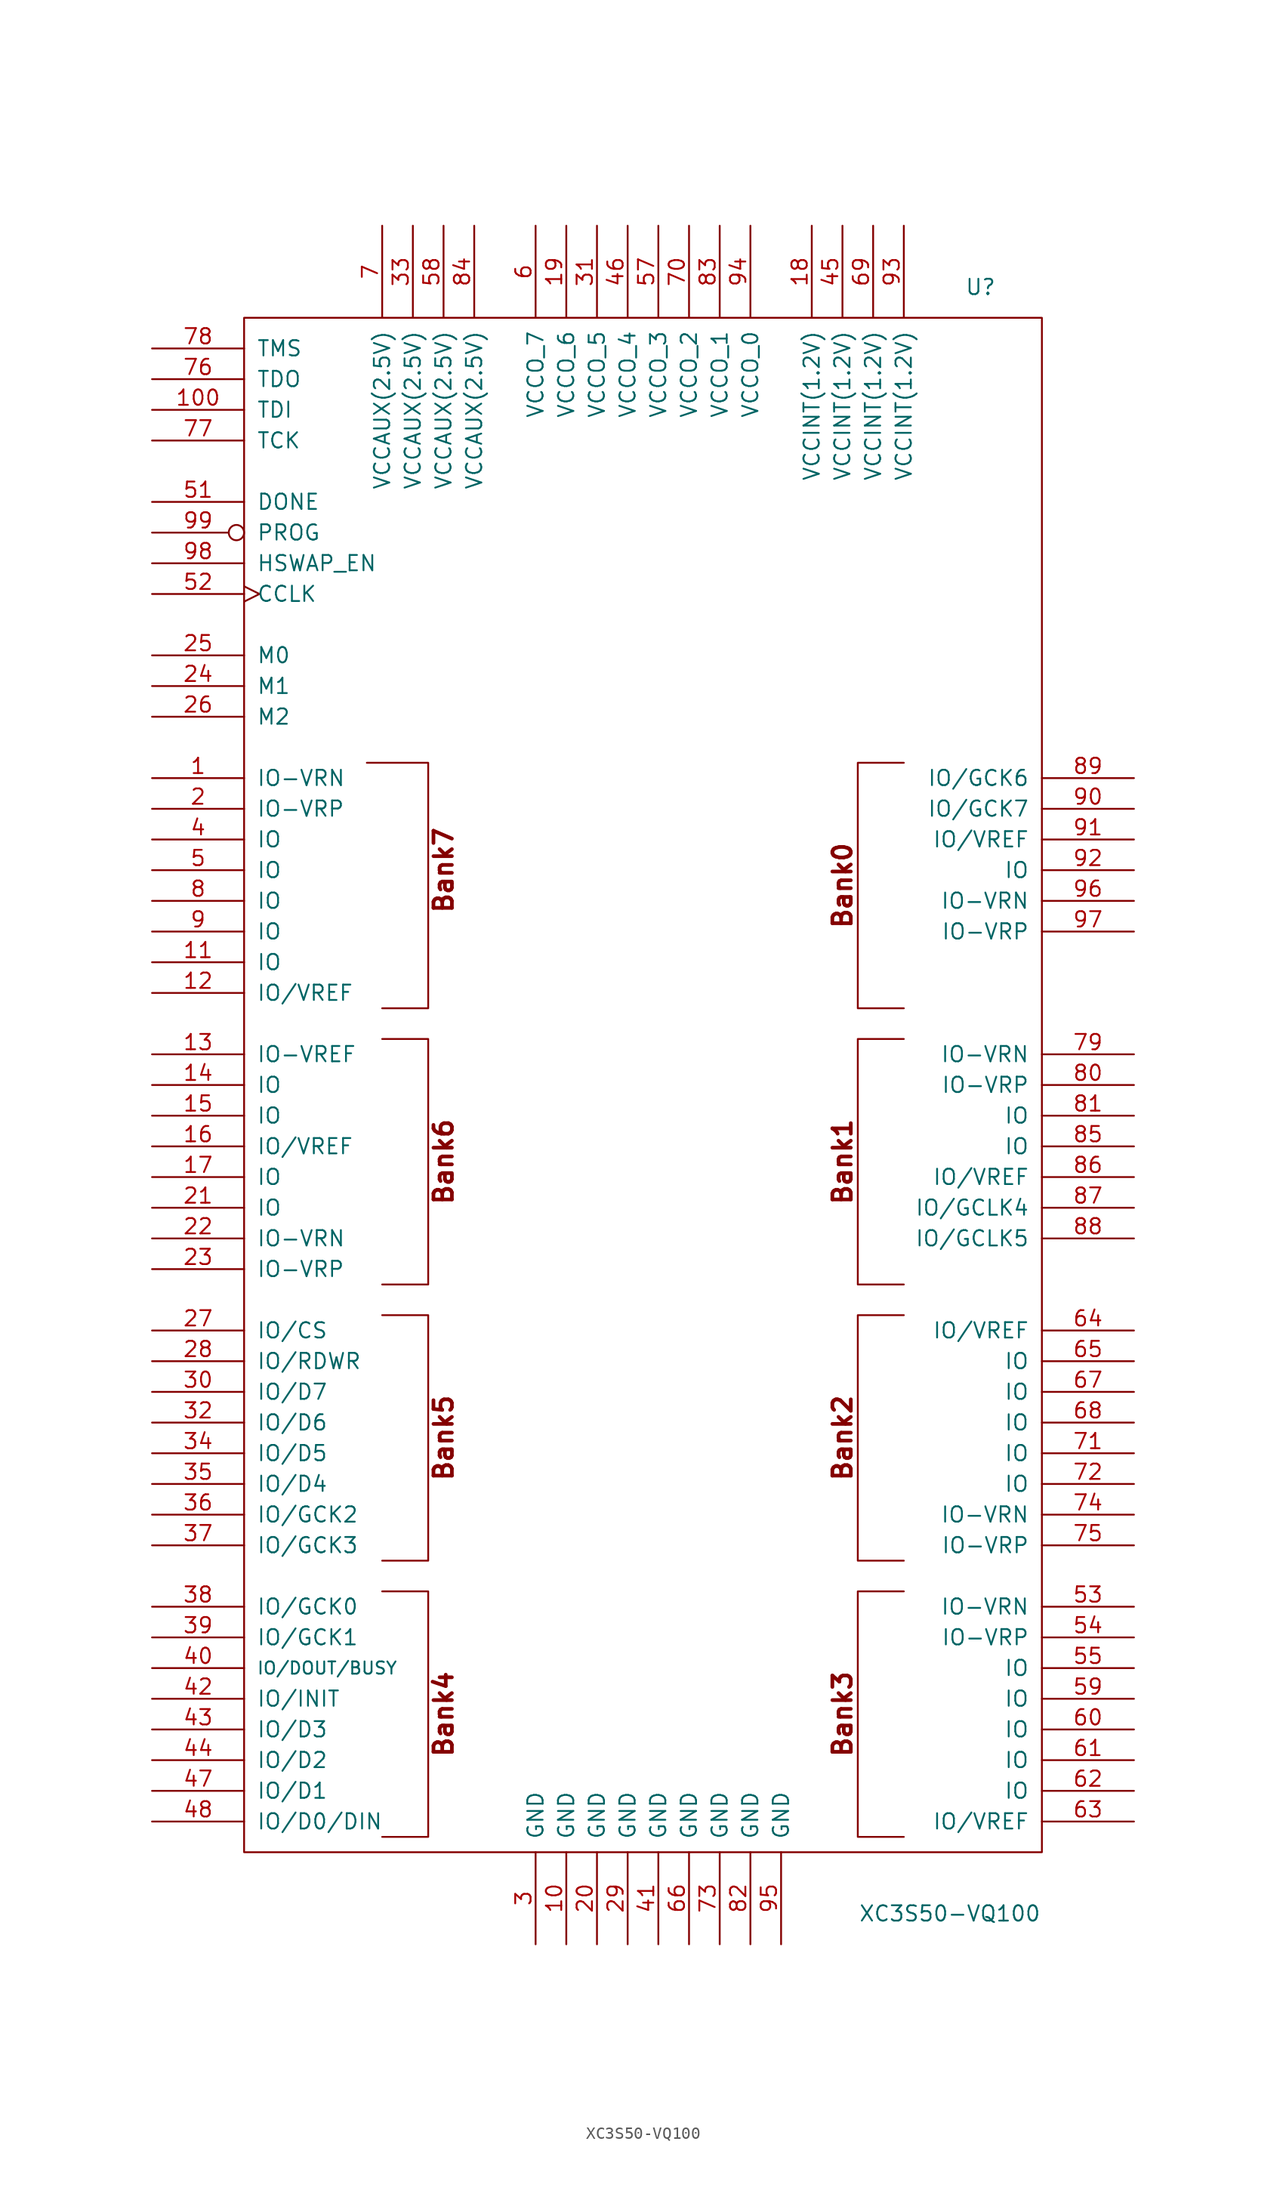
<source format=kicad_sym>
(kicad_symbol_lib
  (version 20211014)
  (generator kicad_symbol_editor)
  (symbol "XC3S50-VQ100"
    (pin_names
      (offset 1.016))
    (property "Reference" "U"
      (at 26.67 66.04 0)
      (effects (font (size 1.27 1.27))))
    (property "Value" "XC3S50-VQ100"
      (at 24.13 -68.58 0)
      (effects (font (size 1.27 1.27))))
    (symbol "XC3S50-VQ100_0_0"
      (rectangle (start -34.29 63.5) (end 31.75 -63.5) (stroke (width 0) (type default) (color 0 0 0 0)) (fill (type none)))
      (text "Bank0" (at 15.24 16.51 900) (effects (font (size 1.524 1.524) bold)))
      (text "Bank1" (at 15.24 -6.35 900) (effects (font (size 1.524 1.524) bold)))
      (text "Bank2" (at 15.24 -29.21 900) (effects (font (size 1.524 1.524) bold)))
      (text "Bank3" (at 15.24 -52.07 900) (effects (font (size 1.524 1.524) bold)))
      (text "Bank4" (at -17.78 -52.07 900) (effects (font (size 1.524 1.524) bold)))
      (text "Bank5" (at -17.78 -29.21 900) (effects (font (size 1.524 1.524) bold)))
      (text "Bank6" (at -17.78 -6.35 900) (effects (font (size 1.524 1.524) bold)))
      (text "Bank7" (at -17.78 17.78 900) (effects (font (size 1.524 1.524) bold))))
    (symbol "XC3S50-VQ100_0_1"
      (polyline (pts (xy -24.13 26.67) (xy -19.05 26.67) (xy -19.05 6.35) (xy -22.86 6.35) (xy -22.86 6.35)) (stroke (width 0) (type default) (color 0 0 0 0)) (fill (type none)))
      (polyline (pts (xy -22.86 -41.91) (xy -19.05 -41.91) (xy -19.05 -62.23) (xy -22.86 -62.23) (xy -22.86 -62.23)) (stroke (width 0) (type default) (color 0 0 0 0)) (fill (type none)))
      (polyline (pts (xy -22.86 -19.05) (xy -19.05 -19.05) (xy -19.05 -39.37) (xy -22.86 -39.37) (xy -22.86 -39.37)) (stroke (width 0) (type default) (color 0 0 0 0)) (fill (type none)))
      (polyline (pts (xy -22.86 3.81) (xy -19.05 3.81) (xy -19.05 -16.51) (xy -22.86 -16.51) (xy -22.86 -16.51)) (stroke (width 0) (type default) (color 0 0 0 0)) (fill (type none)))
      (polyline (pts (xy 20.32 -41.91) (xy 16.51 -41.91) (xy 16.51 -62.23) (xy 20.32 -62.23) (xy 20.32 -62.23)) (stroke (width 0) (type default) (color 0 0 0 0)) (fill (type none)))
      (polyline (pts (xy 20.32 -19.05) (xy 16.51 -19.05) (xy 16.51 -39.37) (xy 20.32 -39.37) (xy 20.32 -39.37)) (stroke (width 0) (type default) (color 0 0 0 0)) (fill (type none)))
      (polyline (pts (xy 20.32 3.81) (xy 16.51 3.81) (xy 16.51 -16.51) (xy 20.32 -16.51) (xy 20.32 -16.51)) (stroke (width 0) (type default) (color 0 0 0 0)) (fill (type none)))
      (polyline (pts (xy 20.32 26.67) (xy 16.51 26.67) (xy 16.51 6.35) (xy 20.32 6.35) (xy 20.32 6.35)) (stroke (width 0) (type default) (color 0 0 0 0)) (fill (type none))))
    (symbol "XC3S50-VQ100_1_1"
      (pin bidirectional line (at -41.91 25.4 0) (length 7.62) (name "IO-VRN" (effects (font (size 1.27 1.27)))) (number "1" (effects (font (size 1.27 1.27)))))
      (pin power_in line (at -7.62 -71.12 90) (length 7.62) (name "GND" (effects (font (size 1.27 1.27)))) (number "10" (effects (font (size 1.27 1.27)))))
      (pin input line (at -41.91 55.88 0) (length 7.62) (name "TDI" (effects (font (size 1.27 1.27)))) (number "100" (effects (font (size 1.27 1.27)))))
      (pin bidirectional line (at -41.91 10.16 0) (length 7.62) (name "IO" (effects (font (size 1.27 1.27)))) (number "11" (effects (font (size 1.27 1.27)))))
      (pin bidirectional line (at -41.91 7.62 0) (length 7.62) (name "IO/VREF" (effects (font (size 1.27 1.27)))) (number "12" (effects (font (size 1.27 1.27)))))
      (pin input line (at -41.91 2.54 0) (length 7.62) (name "IO-VREF" (effects (font (size 1.27 1.27)))) (number "13" (effects (font (size 1.27 1.27)))))
      (pin bidirectional line (at -41.91 0 0) (length 7.62) (name "IO" (effects (font (size 1.27 1.27)))) (number "14" (effects (font (size 1.27 1.27)))))
      (pin bidirectional line (at -41.91 -2.54 0) (length 7.62) (name "IO" (effects (font (size 1.27 1.27)))) (number "15" (effects (font (size 1.27 1.27)))))
      (pin bidirectional line (at -41.91 -5.08 0) (length 7.62) (name "IO/VREF" (effects (font (size 1.27 1.27)))) (number "16" (effects (font (size 1.27 1.27)))))
      (pin bidirectional line (at -41.91 -7.62 0) (length 7.62) (name "IO" (effects (font (size 1.27 1.27)))) (number "17" (effects (font (size 1.27 1.27)))))
      (pin power_in line (at 12.7 71.12 270) (length 7.62) (name "VCCINT(1.2V)" (effects (font (size 1.27 1.27)))) (number "18" (effects (font (size 1.27 1.27)))))
      (pin power_in line (at -7.62 71.12 270) (length 7.62) (name "VCCO_6" (effects (font (size 1.27 1.27)))) (number "19" (effects (font (size 1.27 1.27)))))
      (pin bidirectional line (at -41.91 22.86 0) (length 7.62) (name "IO-VRP" (effects (font (size 1.27 1.27)))) (number "2" (effects (font (size 1.27 1.27)))))
      (pin power_in line (at -5.08 -71.12 90) (length 7.62) (name "GND" (effects (font (size 1.27 1.27)))) (number "20" (effects (font (size 1.27 1.27)))))
      (pin bidirectional line (at -41.91 -10.16 0) (length 7.62) (name "IO" (effects (font (size 1.27 1.27)))) (number "21" (effects (font (size 1.27 1.27)))))
      (pin bidirectional line (at -41.91 -12.7 0) (length 7.62) (name "IO-VRN" (effects (font (size 1.27 1.27)))) (number "22" (effects (font (size 1.27 1.27)))))
      (pin bidirectional line (at -41.91 -15.24 0) (length 7.62) (name "IO-VRP" (effects (font (size 1.27 1.27)))) (number "23" (effects (font (size 1.27 1.27)))))
      (pin input line (at -41.91 33.02 0) (length 7.62) (name "M1" (effects (font (size 1.27 1.27)))) (number "24" (effects (font (size 1.27 1.27)))))
      (pin input line (at -41.91 35.56 0) (length 7.62) (name "M0" (effects (font (size 1.27 1.27)))) (number "25" (effects (font (size 1.27 1.27)))))
      (pin input line (at -41.91 30.48 0) (length 7.62) (name "M2" (effects (font (size 1.27 1.27)))) (number "26" (effects (font (size 1.27 1.27)))))
      (pin bidirectional line (at -41.91 -20.32 0) (length 7.62) (name "IO/CS" (effects (font (size 1.27 1.27)))) (number "27" (effects (font (size 1.27 1.27)))))
      (pin bidirectional line (at -41.91 -22.86 0) (length 7.62) (name "IO/RDWR" (effects (font (size 1.27 1.27)))) (number "28" (effects (font (size 1.27 1.27)))))
      (pin power_in line (at -2.54 -71.12 90) (length 7.62) (name "GND" (effects (font (size 1.27 1.27)))) (number "29" (effects (font (size 1.27 1.27)))))
      (pin power_in line (at -10.16 -71.12 90) (length 7.62) (name "GND" (effects (font (size 1.27 1.27)))) (number "3" (effects (font (size 1.27 1.27)))))
      (pin bidirectional line (at -41.91 -25.4 0) (length 7.62) (name "IO/D7" (effects (font (size 1.27 1.27)))) (number "30" (effects (font (size 1.27 1.27)))))
      (pin power_in line (at -5.08 71.12 270) (length 7.62) (name "VCCO_5" (effects (font (size 1.27 1.27)))) (number "31" (effects (font (size 1.27 1.27)))))
      (pin bidirectional line (at -41.91 -27.94 0) (length 7.62) (name "IO/D6" (effects (font (size 1.27 1.27)))) (number "32" (effects (font (size 1.27 1.27)))))
      (pin power_in line (at -20.32 71.12 270) (length 7.62) (name "VCCAUX(2.5V)" (effects (font (size 1.27 1.27)))) (number "33" (effects (font (size 1.27 1.27)))))
      (pin bidirectional line (at -41.91 -30.48 0) (length 7.62) (name "IO/D5" (effects (font (size 1.27 1.27)))) (number "34" (effects (font (size 1.27 1.27)))))
      (pin bidirectional line (at -41.91 -33.02 0) (length 7.62) (name "IO/D4" (effects (font (size 1.27 1.27)))) (number "35" (effects (font (size 1.27 1.27)))))
      (pin bidirectional line (at -41.91 -35.56 0) (length 7.62) (name "IO/GCK2" (effects (font (size 1.27 1.27)))) (number "36" (effects (font (size 1.27 1.27)))))
      (pin bidirectional line (at -41.91 -38.1 0) (length 7.62) (name "IO/GCK3" (effects (font (size 1.27 1.27)))) (number "37" (effects (font (size 1.27 1.27)))))
      (pin bidirectional line (at -41.91 -43.18 0) (length 7.62) (name "IO/GCK0" (effects (font (size 1.27 1.27)))) (number "38" (effects (font (size 1.27 1.27)))))
      (pin bidirectional line (at -41.91 -45.72 0) (length 7.62) (name "IO/GCK1" (effects (font (size 1.27 1.27)))) (number "39" (effects (font (size 1.27 1.27)))))
      (pin bidirectional line (at -41.91 20.32 0) (length 7.62) (name "IO" (effects (font (size 1.27 1.27)))) (number "4" (effects (font (size 1.27 1.27)))))
      (pin bidirectional line (at -41.91 -48.26 0) (length 7.62) (name "IO/DOUT/BUSY" (effects (font (size 1.016 1.016)))) (number "40" (effects (font (size 1.27 1.27)))))
      (pin power_in line (at 0 -71.12 90) (length 7.62) (name "GND" (effects (font (size 1.27 1.27)))) (number "41" (effects (font (size 1.27 1.27)))))
      (pin bidirectional line (at -41.91 -50.8 0) (length 7.62) (name "IO/INIT" (effects (font (size 1.27 1.27)))) (number "42" (effects (font (size 1.27 1.27)))))
      (pin bidirectional line (at -41.91 -53.34 0) (length 7.62) (name "IO/D3" (effects (font (size 1.27 1.27)))) (number "43" (effects (font (size 1.27 1.27)))))
      (pin bidirectional line (at -41.91 -55.88 0) (length 7.62) (name "IO/D2" (effects (font (size 1.27 1.27)))) (number "44" (effects (font (size 1.27 1.27)))))
      (pin power_in line (at 15.24 71.12 270) (length 7.62) (name "VCCINT(1.2V)" (effects (font (size 1.27 1.27)))) (number "45" (effects (font (size 1.27 1.27)))))
      (pin power_in line (at -2.54 71.12 270) (length 7.62) (name "VCCO_4" (effects (font (size 1.27 1.27)))) (number "46" (effects (font (size 1.27 1.27)))))
      (pin bidirectional line (at -41.91 -58.42 0) (length 7.62) (name "IO/D1" (effects (font (size 1.27 1.27)))) (number "47" (effects (font (size 1.27 1.27)))))
      (pin bidirectional line (at -41.91 -60.96 0) (length 7.62) (name "IO/D0/DIN" (effects (font (size 1.27 1.27)))) (number "48" (effects (font (size 1.27 1.27)))))
      (pin bidirectional line (at -41.91 17.78 0) (length 7.62) (name "IO" (effects (font (size 1.27 1.27)))) (number "5" (effects (font (size 1.27 1.27)))))
      (pin open_collector line (at -41.91 48.26 0) (length 7.62) (name "DONE" (effects (font (size 1.27 1.27)))) (number "51" (effects (font (size 1.27 1.27)))))
      (pin input clock (at -41.91 40.64 0) (length 7.62) (name "CCLK" (effects (font (size 1.27 1.27)))) (number "52" (effects (font (size 1.27 1.27)))))
      (pin bidirectional line (at 39.37 -43.18 180) (length 7.62) (name "IO-VRN" (effects (font (size 1.27 1.27)))) (number "53" (effects (font (size 1.27 1.27)))))
      (pin bidirectional line (at 39.37 -45.72 180) (length 7.62) (name "IO-VRP" (effects (font (size 1.27 1.27)))) (number "54" (effects (font (size 1.27 1.27)))))
      (pin bidirectional line (at 39.37 -48.26 180) (length 7.62) (name "IO" (effects (font (size 1.27 1.27)))) (number "55" (effects (font (size 1.27 1.27)))))
      (pin power_in line (at 0 71.12 270) (length 7.62) (name "VCCO_3" (effects (font (size 1.27 1.27)))) (number "57" (effects (font (size 1.27 1.27)))))
      (pin power_in line (at -17.78 71.12 270) (length 7.62) (name "VCCAUX(2.5V)" (effects (font (size 1.27 1.27)))) (number "58" (effects (font (size 1.27 1.27)))))
      (pin bidirectional line (at 39.37 -50.8 180) (length 7.62) (name "IO" (effects (font (size 1.27 1.27)))) (number "59" (effects (font (size 1.27 1.27)))))
      (pin power_in line (at -10.16 71.12 270) (length 7.62) (name "VCCO_7" (effects (font (size 1.27 1.27)))) (number "6" (effects (font (size 1.27 1.27)))))
      (pin bidirectional line (at 39.37 -53.34 180) (length 7.62) (name "IO" (effects (font (size 1.27 1.27)))) (number "60" (effects (font (size 1.27 1.27)))))
      (pin bidirectional line (at 39.37 -55.88 180) (length 7.62) (name "IO" (effects (font (size 1.27 1.27)))) (number "61" (effects (font (size 1.27 1.27)))))
      (pin bidirectional line (at 39.37 -58.42 180) (length 7.62) (name "IO" (effects (font (size 1.27 1.27)))) (number "62" (effects (font (size 1.27 1.27)))))
      (pin bidirectional line (at 39.37 -60.96 180) (length 7.62) (name "IO/VREF" (effects (font (size 1.27 1.27)))) (number "63" (effects (font (size 1.27 1.27)))))
      (pin bidirectional line (at 39.37 -20.32 180) (length 7.62) (name "IO/VREF" (effects (font (size 1.27 1.27)))) (number "64" (effects (font (size 1.27 1.27)))))
      (pin bidirectional line (at 39.37 -22.86 180) (length 7.62) (name "IO" (effects (font (size 1.27 1.27)))) (number "65" (effects (font (size 1.27 1.27)))))
      (pin power_in line (at 2.54 -71.12 90) (length 7.62) (name "GND" (effects (font (size 1.27 1.27)))) (number "66" (effects (font (size 1.27 1.27)))))
      (pin bidirectional line (at 39.37 -25.4 180) (length 7.62) (name "IO" (effects (font (size 1.27 1.27)))) (number "67" (effects (font (size 1.27 1.27)))))
      (pin bidirectional line (at 39.37 -27.94 180) (length 7.62) (name "IO" (effects (font (size 1.27 1.27)))) (number "68" (effects (font (size 1.27 1.27)))))
      (pin power_in line (at 17.78 71.12 270) (length 7.62) (name "VCCINT(1.2V)" (effects (font (size 1.27 1.27)))) (number "69" (effects (font (size 1.27 1.27)))))
      (pin power_in line (at -22.86 71.12 270) (length 7.62) (name "VCCAUX(2.5V)" (effects (font (size 1.27 1.27)))) (number "7" (effects (font (size 1.27 1.27)))))
      (pin power_in line (at 2.54 71.12 270) (length 7.62) (name "VCCO_2" (effects (font (size 1.27 1.27)))) (number "70" (effects (font (size 1.27 1.27)))))
      (pin bidirectional line (at 39.37 -30.48 180) (length 7.62) (name "IO" (effects (font (size 1.27 1.27)))) (number "71" (effects (font (size 1.27 1.27)))))
      (pin bidirectional line (at 39.37 -33.02 180) (length 7.62) (name "IO" (effects (font (size 1.27 1.27)))) (number "72" (effects (font (size 1.27 1.27)))))
      (pin power_in line (at 5.08 -71.12 90) (length 7.62) (name "GND" (effects (font (size 1.27 1.27)))) (number "73" (effects (font (size 1.27 1.27)))))
      (pin bidirectional line (at 39.37 -35.56 180) (length 7.62) (name "IO-VRN" (effects (font (size 1.27 1.27)))) (number "74" (effects (font (size 1.27 1.27)))))
      (pin bidirectional line (at 39.37 -38.1 180) (length 7.62) (name "IO-VRP" (effects (font (size 1.27 1.27)))) (number "75" (effects (font (size 1.27 1.27)))))
      (pin output line (at -41.91 58.42 0) (length 7.62) (name "TDO" (effects (font (size 1.27 1.27)))) (number "76" (effects (font (size 1.27 1.27)))))
      (pin input line (at -41.91 53.34 0) (length 7.62) (name "TCK" (effects (font (size 1.27 1.27)))) (number "77" (effects (font (size 1.27 1.27)))))
      (pin input line (at -41.91 60.96 0) (length 7.62) (name "TMS" (effects (font (size 1.27 1.27)))) (number "78" (effects (font (size 1.27 1.27)))))
      (pin bidirectional line (at 39.37 2.54 180) (length 7.62) (name "IO-VRN" (effects (font (size 1.27 1.27)))) (number "79" (effects (font (size 1.27 1.27)))))
      (pin bidirectional line (at -41.91 15.24 0) (length 7.62) (name "IO" (effects (font (size 1.27 1.27)))) (number "8" (effects (font (size 1.27 1.27)))))
      (pin bidirectional line (at 39.37 0 180) (length 7.62) (name "IO-VRP" (effects (font (size 1.27 1.27)))) (number "80" (effects (font (size 1.27 1.27)))))
      (pin bidirectional line (at 39.37 -2.54 180) (length 7.62) (name "IO" (effects (font (size 1.27 1.27)))) (number "81" (effects (font (size 1.27 1.27)))))
      (pin power_in line (at 7.62 -71.12 90) (length 7.62) (name "GND" (effects (font (size 1.27 1.27)))) (number "82" (effects (font (size 1.27 1.27)))))
      (pin passive line (at 5.08 71.12 270) (length 7.62) (name "VCCO_1" (effects (font (size 1.27 1.27)))) (number "83" (effects (font (size 1.27 1.27)))))
      (pin power_in line (at -15.24 71.12 270) (length 7.62) (name "VCCAUX(2.5V)" (effects (font (size 1.27 1.27)))) (number "84" (effects (font (size 1.27 1.27)))))
      (pin bidirectional line (at 39.37 -5.08 180) (length 7.62) (name "IO" (effects (font (size 1.27 1.27)))) (number "85" (effects (font (size 1.27 1.27)))))
      (pin bidirectional line (at 39.37 -7.62 180) (length 7.62) (name "IO/VREF" (effects (font (size 1.27 1.27)))) (number "86" (effects (font (size 1.27 1.27)))))
      (pin bidirectional line (at 39.37 -10.16 180) (length 7.62) (name "IO/GCLK4" (effects (font (size 1.27 1.27)))) (number "87" (effects (font (size 1.27 1.27)))))
      (pin bidirectional line (at 39.37 -12.7 180) (length 7.62) (name "IO/GCLK5" (effects (font (size 1.27 1.27)))) (number "88" (effects (font (size 1.27 1.27)))))
      (pin bidirectional line (at 39.37 25.4 180) (length 7.62) (name "IO/GCK6" (effects (font (size 1.27 1.27)))) (number "89" (effects (font (size 1.27 1.27)))))
      (pin bidirectional line (at -41.91 12.7 0) (length 7.62) (name "IO" (effects (font (size 1.27 1.27)))) (number "9" (effects (font (size 1.27 1.27)))))
      (pin bidirectional line (at 39.37 22.86 180) (length 7.62) (name "IO/GCK7" (effects (font (size 1.27 1.27)))) (number "90" (effects (font (size 1.27 1.27)))))
      (pin bidirectional line (at 39.37 20.32 180) (length 7.62) (name "IO/VREF" (effects (font (size 1.27 1.27)))) (number "91" (effects (font (size 1.27 1.27)))))
      (pin bidirectional line (at 39.37 17.78 180) (length 7.62) (name "IO" (effects (font (size 1.27 1.27)))) (number "92" (effects (font (size 1.27 1.27)))))
      (pin power_in line (at 20.32 71.12 270) (length 7.62) (name "VCCINT(1.2V)" (effects (font (size 1.27 1.27)))) (number "93" (effects (font (size 1.27 1.27)))))
      (pin passive line (at 7.62 71.12 270) (length 7.62) (name "VCCO_0" (effects (font (size 1.27 1.27)))) (number "94" (effects (font (size 1.27 1.27)))))
      (pin power_in line (at 10.16 -71.12 90) (length 7.62) (name "GND" (effects (font (size 1.27 1.27)))) (number "95" (effects (font (size 1.27 1.27)))))
      (pin bidirectional line (at 39.37 15.24 180) (length 7.62) (name "IO-VRN" (effects (font (size 1.27 1.27)))) (number "96" (effects (font (size 1.27 1.27)))))
      (pin bidirectional line (at 39.37 12.7 180) (length 7.62) (name "IO-VRP" (effects (font (size 1.27 1.27)))) (number "97" (effects (font (size 1.27 1.27)))))
      (pin bidirectional line (at -41.91 43.18 0) (length 7.62) (name "HSWAP_EN" (effects (font (size 1.27 1.27)))) (number "98" (effects (font (size 1.27 1.27)))))
      (pin input inverted (at -41.91 45.72 0) (length 7.62) (name "PROG" (effects (font (size 1.27 1.27)))) (number "99" (effects (font (size 1.27 1.27))))))))
</source>
